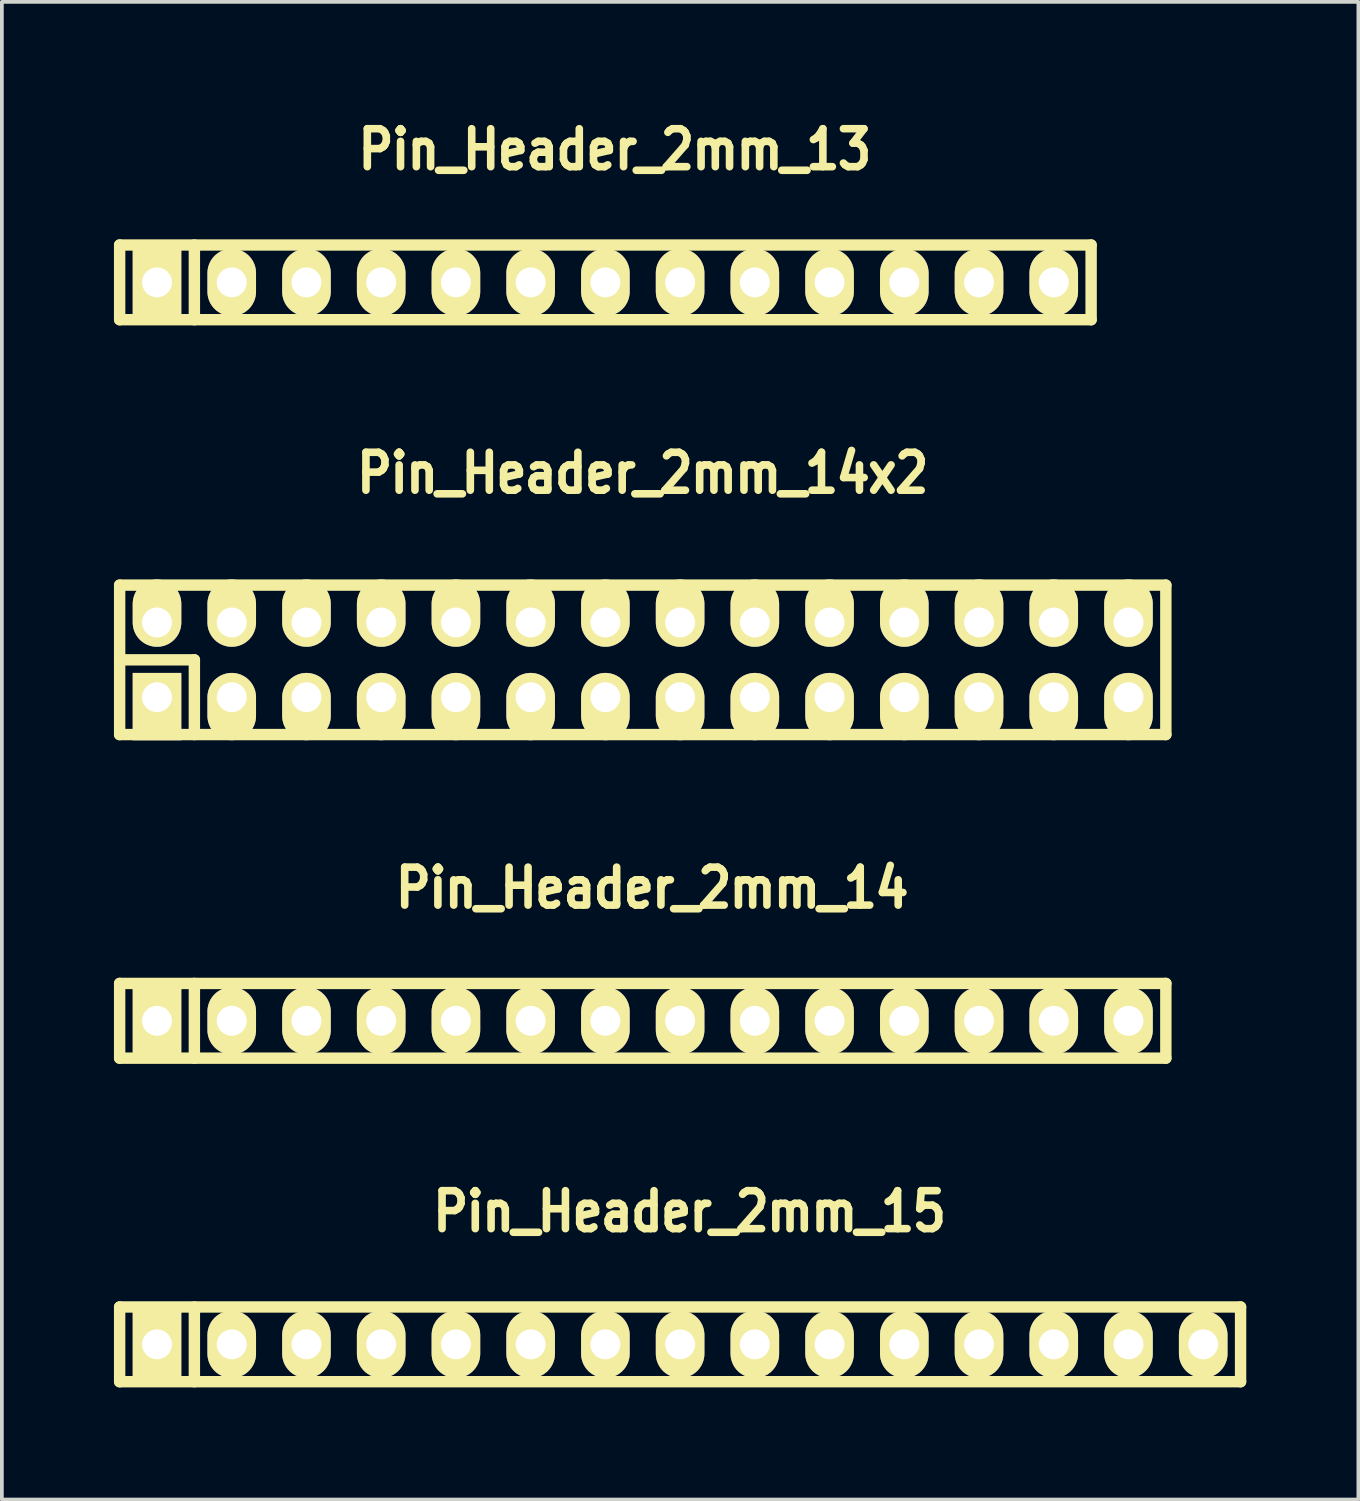
<source format=kicad_pcb>
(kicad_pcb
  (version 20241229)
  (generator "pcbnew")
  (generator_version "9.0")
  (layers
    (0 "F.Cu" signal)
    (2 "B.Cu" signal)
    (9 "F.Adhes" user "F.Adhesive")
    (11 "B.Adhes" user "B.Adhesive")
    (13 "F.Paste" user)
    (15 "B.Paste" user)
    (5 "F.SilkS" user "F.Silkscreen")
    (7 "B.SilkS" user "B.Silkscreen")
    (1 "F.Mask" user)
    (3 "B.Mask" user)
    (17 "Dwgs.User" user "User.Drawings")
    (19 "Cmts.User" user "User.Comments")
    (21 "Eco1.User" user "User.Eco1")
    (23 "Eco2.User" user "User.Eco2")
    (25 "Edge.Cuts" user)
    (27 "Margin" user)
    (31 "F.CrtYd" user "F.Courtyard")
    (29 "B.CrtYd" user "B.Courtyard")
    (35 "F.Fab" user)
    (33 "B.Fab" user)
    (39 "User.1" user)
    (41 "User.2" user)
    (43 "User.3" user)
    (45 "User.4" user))
  (footprint "Pin_Header_2mm_15"
    (layer "F.Cu")
    (at 15.152 32.929)
    (property "Reference" "Pin_Header_2mm_15" (at 0.254 -3.556 0) (layer "F.SilkS") (effects (font (size 1.016 0.889) (thickness 0.203))))
    (attr through_hole)
    (fp_line (start -15 -1) (end 15 -1) (stroke (width 0.305) (type solid)) (layer "F.SilkS"))
    (fp_line (start -15 1) (end -15 -1) (stroke (width 0.305) (type solid)) (layer "F.SilkS"))
    (fp_line (start -13 -1) (end -13 1) (stroke (width 0.305) (type solid)) (layer "F.SilkS"))
    (fp_line (start 15 -1) (end 15 1) (stroke (width 0.305) (type solid)) (layer "F.SilkS"))
    (fp_line (start 15 1) (end -15 1) (stroke (width 0.305) (type solid)) (layer "F.SilkS"))
    (pad "1" thru_hole rect (at -14 0) (size 1.3 1.8) (drill 0.8) (layers "*.Cu" "*.Mask" "F.SilkS"))
    (pad "2" thru_hole oval (at -12 0) (size 1.3 1.8) (drill 0.8) (layers "*.Cu" "*.Mask" "F.SilkS"))
    (pad "3" thru_hole oval (at -10 0) (size 1.3 1.8) (drill 0.8) (layers "*.Cu" "*.Mask" "F.SilkS"))
    (pad "4" thru_hole oval (at -8 0) (size 1.3 1.8) (drill 0.8) (layers "*.Cu" "*.Mask" "F.SilkS"))
    (pad "5" thru_hole oval (at -6 0) (size 1.3 1.8) (drill 0.8) (layers "*.Cu" "*.Mask" "F.SilkS"))
    (pad "6" thru_hole oval (at -4 0) (size 1.3 1.8) (drill 0.8) (layers "*.Cu" "*.Mask" "F.SilkS"))
    (pad "7" thru_hole oval (at -2 0) (size 1.3 1.8) (drill 0.8) (layers "*.Cu" "*.Mask" "F.SilkS"))
    (pad "8" thru_hole oval (at 0 0) (size 1.3 1.8) (drill 0.8) (layers "*.Cu" "*.Mask" "F.SilkS"))
    (pad "9" thru_hole oval (at 2 0) (size 1.3 1.8) (drill 0.8) (layers "*.Cu" "*.Mask" "F.SilkS"))
    (pad "10" thru_hole oval (at 4 0) (size 1.3 1.8) (drill 0.8) (layers "*.Cu" "*.Mask" "F.SilkS"))
    (pad "11" thru_hole oval (at 6 0) (size 1.3 1.8) (drill 0.8) (layers "*.Cu" "*.Mask" "F.SilkS"))
    (pad "12" thru_hole oval (at 8 0) (size 1.3 1.8) (drill 0.8) (layers "*.Cu" "*.Mask" "F.SilkS"))
    (pad "13" thru_hole oval (at 10 0) (size 1.3 1.8) (drill 0.8) (layers "*.Cu" "*.Mask" "F.SilkS"))
    (pad "14" thru_hole oval (at 12 0) (size 1.3 1.8) (drill 0.8) (layers "*.Cu" "*.Mask" "F.SilkS"))
    (pad "15" thru_hole oval (at 14 0) (size 1.3 1.8) (drill 0.8) (layers "*.Cu" "*.Mask" "F.SilkS")))
  (footprint "Pin_Header_2mm_14x2"
    (layer "F.Cu")
    (at 14.152 14.61)
    (property "Reference" "Pin_Header_2mm_14x2" (at 0 -5 0) (layer "F.SilkS") (effects (font (size 1.016 0.889) (thickness 0.203))))
    (attr through_hole)
    (fp_line (start -14 -2) (end 14 -2) (stroke (width 0.305) (type solid)) (layer "F.SilkS"))
    (fp_line (start -14 0) (end -12 0) (stroke (width 0.305) (type solid)) (layer "F.SilkS"))
    (fp_line (start -14 2) (end -14 -2) (stroke (width 0.305) (type solid)) (layer "F.SilkS"))
    (fp_line (start -12 0) (end -12 2) (stroke (width 0.305) (type solid)) (layer "F.SilkS"))
    (fp_line (start 14 -2) (end 14 2) (stroke (width 0.305) (type solid)) (layer "F.SilkS"))
    (fp_line (start 14 2) (end -14 2) (stroke (width 0.305) (type solid)) (layer "F.SilkS"))
    (pad "1" thru_hole rect (at -13 1) (size 1.3 1.8) (drill 0.8 (offset 0 0.25)) (layers "*.Cu" "*.Mask" "F.SilkS"))
    (pad "2" thru_hole oval (at -13 -1) (size 1.3 1.8) (drill 0.8 (offset 0 -0.25)) (layers "*.Cu" "*.Mask" "F.SilkS"))
    (pad "3" thru_hole oval (at -11 1) (size 1.3 1.8) (drill 0.8 (offset 0 0.25)) (layers "*.Cu" "*.Mask" "F.SilkS"))
    (pad "4" thru_hole oval (at -11 -1) (size 1.3 1.8) (drill 0.8 (offset 0 -0.25)) (layers "*.Cu" "*.Mask" "F.SilkS"))
    (pad "5" thru_hole oval (at -9 1) (size 1.3 1.8) (drill 0.8 (offset 0 0.25)) (layers "*.Cu" "*.Mask" "F.SilkS"))
    (pad "6" thru_hole oval (at -9 -1) (size 1.3 1.8) (drill 0.8 (offset 0 -0.25)) (layers "*.Cu" "*.Mask" "F.SilkS"))
    (pad "7" thru_hole oval (at -7 1) (size 1.3 1.8) (drill 0.8 (offset 0 0.25)) (layers "*.Cu" "*.Mask" "F.SilkS"))
    (pad "8" thru_hole oval (at -7 -1) (size 1.3 1.8) (drill 0.8 (offset 0 -0.25)) (layers "*.Cu" "*.Mask" "F.SilkS"))
    (pad "9" thru_hole oval (at -5 1) (size 1.3 1.8) (drill 0.8 (offset 0 0.25)) (layers "*.Cu" "*.Mask" "F.SilkS"))
    (pad "10" thru_hole oval (at -5 -1) (size 1.3 1.8) (drill 0.8 (offset 0 -0.25)) (layers "*.Cu" "*.Mask" "F.SilkS"))
    (pad "11" thru_hole oval (at -3 1) (size 1.3 1.8) (drill 0.8 (offset 0 0.25)) (layers "*.Cu" "*.Mask" "F.SilkS"))
    (pad "12" thru_hole oval (at -3 -1) (size 1.3 1.8) (drill 0.8 (offset 0 -0.25)) (layers "*.Cu" "*.Mask" "F.SilkS"))
    (pad "13" thru_hole oval (at -1 1) (size 1.3 1.8) (drill 0.8 (offset 0 0.25)) (layers "*.Cu" "*.Mask" "F.SilkS"))
    (pad "14" thru_hole oval (at -1 -1) (size 1.3 1.8) (drill 0.8 (offset 0 -0.25)) (layers "*.Cu" "*.Mask" "F.SilkS"))
    (pad "15" thru_hole oval (at 1 1) (size 1.3 1.8) (drill 0.8 (offset 0 0.25)) (layers "*.Cu" "*.Mask" "F.SilkS"))
    (pad "16" thru_hole oval (at 1 -1) (size 1.3 1.8) (drill 0.8 (offset 0 -0.25)) (layers "*.Cu" "*.Mask" "F.SilkS"))
    (pad "17" thru_hole oval (at 3 1) (size 1.3 1.8) (drill 0.8 (offset 0 0.25)) (layers "*.Cu" "*.Mask" "F.SilkS"))
    (pad "18" thru_hole oval (at 3 -1) (size 1.3 1.8) (drill 0.8 (offset 0 -0.25)) (layers "*.Cu" "*.Mask" "F.SilkS"))
    (pad "19" thru_hole oval (at 5 1) (size 1.3 1.8) (drill 0.8 (offset 0 0.25)) (layers "*.Cu" "*.Mask" "F.SilkS"))
    (pad "20" thru_hole oval (at 5 -1) (size 1.3 1.8) (drill 0.8 (offset 0 -0.25)) (layers "*.Cu" "*.Mask" "F.SilkS"))
    (pad "21" thru_hole oval (at 7 1) (size 1.3 1.8) (drill 0.8 (offset 0 0.25)) (layers "*.Cu" "*.Mask" "F.SilkS"))
    (pad "22" thru_hole oval (at 7 -1) (size 1.3 1.8) (drill 0.8 (offset 0 -0.25)) (layers "*.Cu" "*.Mask" "F.SilkS"))
    (pad "23" thru_hole oval (at 9 1) (size 1.3 1.8) (drill 0.8 (offset 0 0.25)) (layers "*.Cu" "*.Mask" "F.SilkS"))
    (pad "24" thru_hole oval (at 9 -1) (size 1.3 1.8) (drill 0.8 (offset 0 -0.25)) (layers "*.Cu" "*.Mask" "F.SilkS"))
    (pad "25" thru_hole oval (at 11 1) (size 1.3 1.8) (drill 0.8 (offset 0 0.25)) (layers "*.Cu" "*.Mask" "F.SilkS"))
    (pad "26" thru_hole oval (at 11 -1) (size 1.3 1.8) (drill 0.8 (offset 0 -0.25)) (layers "*.Cu" "*.Mask" "F.SilkS"))
    (pad "27" thru_hole oval (at 13 1) (size 1.3 1.8) (drill 0.8 (offset 0 0.25)) (layers "*.Cu" "*.Mask" "F.SilkS"))
    (pad "28" thru_hole oval (at 13 -1) (size 1.3 1.8) (drill 0.8 (offset 0 -0.25)) (layers "*.Cu" "*.Mask" "F.SilkS")))
  (footprint "Pin_Header_2mm_14"
    (layer "F.Cu")
    (at 14.152 24.27)
    (property "Reference" "Pin_Header_2mm_14" (at 0.254 -3.556 0) (layer "F.SilkS") (effects (font (size 1.016 0.889) (thickness 0.203))))
    (attr through_hole)
    (fp_line (start -14 -1) (end 14 -1) (stroke (width 0.305) (type solid)) (layer "F.SilkS"))
    (fp_line (start -14 1) (end -14 -1) (stroke (width 0.305) (type solid)) (layer "F.SilkS"))
    (fp_line (start -12 -1) (end -12 1) (stroke (width 0.305) (type solid)) (layer "F.SilkS"))
    (fp_line (start 14 -1) (end 14 1) (stroke (width 0.305) (type solid)) (layer "F.SilkS"))
    (fp_line (start 14 1) (end -14 1) (stroke (width 0.305) (type solid)) (layer "F.SilkS"))
    (pad "1" thru_hole rect (at -13 0) (size 1.3 1.8) (drill 0.8) (layers "*.Cu" "*.Mask" "F.SilkS"))
    (pad "2" thru_hole oval (at -11 0) (size 1.3 1.8) (drill 0.8) (layers "*.Cu" "*.Mask" "F.SilkS"))
    (pad "3" thru_hole oval (at -9 0) (size 1.3 1.8) (drill 0.8) (layers "*.Cu" "*.Mask" "F.SilkS"))
    (pad "4" thru_hole oval (at -7 0) (size 1.3 1.8) (drill 0.8) (layers "*.Cu" "*.Mask" "F.SilkS"))
    (pad "5" thru_hole oval (at -5 0) (size 1.3 1.8) (drill 0.8) (layers "*.Cu" "*.Mask" "F.SilkS"))
    (pad "6" thru_hole oval (at -3 0) (size 1.3 1.8) (drill 0.8) (layers "*.Cu" "*.Mask" "F.SilkS"))
    (pad "7" thru_hole oval (at -1 0) (size 1.3 1.8) (drill 0.8) (layers "*.Cu" "*.Mask" "F.SilkS"))
    (pad "8" thru_hole oval (at 1 0) (size 1.3 1.8) (drill 0.8) (layers "*.Cu" "*.Mask" "F.SilkS"))
    (pad "9" thru_hole oval (at 3 0) (size 1.3 1.8) (drill 0.8) (layers "*.Cu" "*.Mask" "F.SilkS"))
    (pad "10" thru_hole oval (at 5 0) (size 1.3 1.8) (drill 0.8) (layers "*.Cu" "*.Mask" "F.SilkS"))
    (pad "11" thru_hole oval (at 7 0) (size 1.3 1.8) (drill 0.8) (layers "*.Cu" "*.Mask" "F.SilkS"))
    (pad "12" thru_hole oval (at 9 0) (size 1.3 1.8) (drill 0.8) (layers "*.Cu" "*.Mask" "F.SilkS"))
    (pad "13" thru_hole oval (at 11 0) (size 1.3 1.8) (drill 0.8) (layers "*.Cu" "*.Mask" "F.SilkS"))
    (pad "14" thru_hole oval (at 13 0) (size 1.3 1.8) (drill 0.8) (layers "*.Cu" "*.Mask" "F.SilkS")))
  (footprint "Pin_Header_2mm_13"
    (layer "F.Cu")
    (at 13.152 4.507)
    (property "Reference" "Pin_Header_2mm_13" (at 0.254 -3.556 0) (layer "F.SilkS") (effects (font (size 1.016 0.889) (thickness 0.203))))
    (attr through_hole)
    (fp_line (start -13 -1) (end 13 -1) (stroke (width 0.305) (type solid)) (layer "F.SilkS"))
    (fp_line (start -13 1) (end -13 -1) (stroke (width 0.305) (type solid)) (layer "F.SilkS"))
    (fp_line (start -11 -1) (end -11 1) (stroke (width 0.305) (type solid)) (layer "F.SilkS"))
    (fp_line (start 13 -1) (end 13 1) (stroke (width 0.305) (type solid)) (layer "F.SilkS"))
    (fp_line (start 13 1) (end -13 1) (stroke (width 0.305) (type solid)) (layer "F.SilkS"))
    (pad "1" thru_hole rect (at -12 0) (size 1.3 1.8) (drill 0.8) (layers "*.Cu" "*.Mask" "F.SilkS"))
    (pad "2" thru_hole oval (at -10 0) (size 1.3 1.8) (drill 0.8) (layers "*.Cu" "*.Mask" "F.SilkS"))
    (pad "3" thru_hole oval (at -8 0) (size 1.3 1.8) (drill 0.8) (layers "*.Cu" "*.Mask" "F.SilkS"))
    (pad "4" thru_hole oval (at -6 0) (size 1.3 1.8) (drill 0.8) (layers "*.Cu" "*.Mask" "F.SilkS"))
    (pad "5" thru_hole oval (at -4 0) (size 1.3 1.8) (drill 0.8) (layers "*.Cu" "*.Mask" "F.SilkS"))
    (pad "6" thru_hole oval (at -2 0) (size 1.3 1.8) (drill 0.8) (layers "*.Cu" "*.Mask" "F.SilkS"))
    (pad "7" thru_hole oval (at 0 0) (size 1.3 1.8) (drill 0.8) (layers "*.Cu" "*.Mask" "F.SilkS"))
    (pad "8" thru_hole oval (at 2 0) (size 1.3 1.8) (drill 0.8) (layers "*.Cu" "*.Mask" "F.SilkS"))
    (pad "9" thru_hole oval (at 4 0) (size 1.3 1.8) (drill 0.8) (layers "*.Cu" "*.Mask" "F.SilkS"))
    (pad "10" thru_hole oval (at 6 0) (size 1.3 1.8) (drill 0.8) (layers "*.Cu" "*.Mask" "F.SilkS"))
    (pad "11" thru_hole oval (at 8 0) (size 1.3 1.8) (drill 0.8) (layers "*.Cu" "*.Mask" "F.SilkS"))
    (pad "12" thru_hole oval (at 10 0) (size 1.3 1.8) (drill 0.8) (layers "*.Cu" "*.Mask" "F.SilkS"))
    (pad "13" thru_hole oval (at 12 0) (size 1.3 1.8) (drill 0.8) (layers "*.Cu" "*.Mask" "F.SilkS")))
  (gr_rect
    (start -3 -3)
    (end 33.305 37.082)
    (stroke (width 0.1) (type default))
    (fill no)
    (layer "Edge.Cuts")))
</source>
